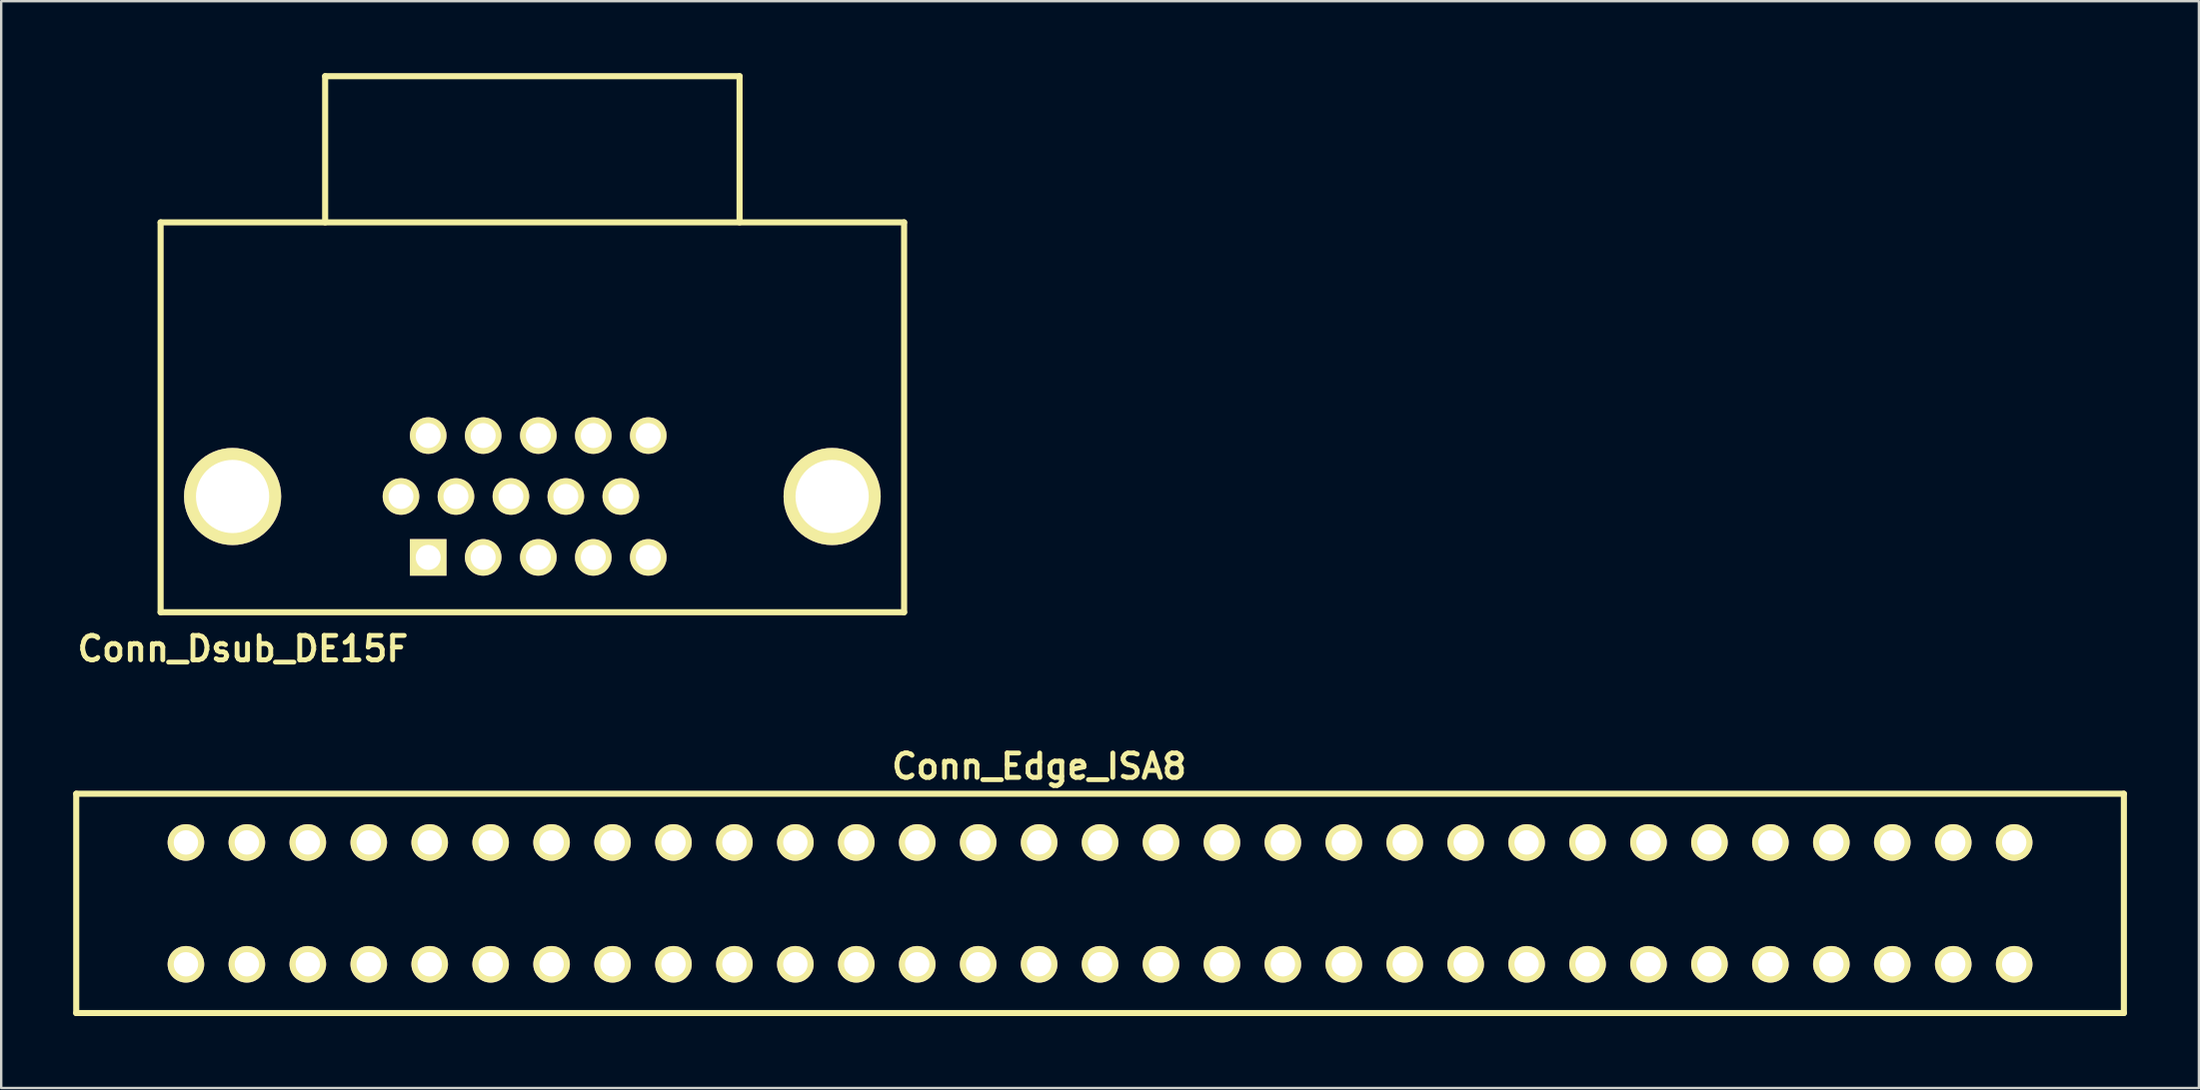
<source format=kicad_pcb>
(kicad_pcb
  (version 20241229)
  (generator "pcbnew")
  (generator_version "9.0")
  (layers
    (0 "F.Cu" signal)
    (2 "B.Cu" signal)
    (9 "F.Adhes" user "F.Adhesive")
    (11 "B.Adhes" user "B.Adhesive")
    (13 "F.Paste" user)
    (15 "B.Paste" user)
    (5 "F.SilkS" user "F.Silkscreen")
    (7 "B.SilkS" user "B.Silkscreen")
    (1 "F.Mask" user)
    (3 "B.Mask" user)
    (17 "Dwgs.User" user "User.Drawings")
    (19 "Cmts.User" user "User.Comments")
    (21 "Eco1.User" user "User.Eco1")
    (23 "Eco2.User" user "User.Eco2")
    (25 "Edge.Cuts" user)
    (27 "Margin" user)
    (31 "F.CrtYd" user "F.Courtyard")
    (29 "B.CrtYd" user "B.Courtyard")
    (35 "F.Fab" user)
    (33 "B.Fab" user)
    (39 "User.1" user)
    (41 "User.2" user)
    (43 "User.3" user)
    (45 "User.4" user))
  (footprint "Conn_Edge_ISA8"
    (layer "F.Cu")
    (at 42.799 34.62)
    (property "Reference" "Conn_Edge_ISA8" (at -2.54 -5.715 0) (layer "F.SilkS") (effects (font (size 1.016 1.016) (thickness 0.203))))
    (attr through_hole)
    (fp_line (start -42.672 -4.572) (end 42.672 -4.572) (stroke (width 0.254) (type solid)) (layer "F.SilkS"))
    (fp_line (start -42.672 4.572) (end -42.672 -4.572) (stroke (width 0.254) (type solid)) (layer "F.SilkS"))
    (fp_line (start 42.672 -4.572) (end 42.672 4.572) (stroke (width 0.254) (type solid)) (layer "F.SilkS"))
    (fp_line (start 42.672 4.572) (end -42.672 4.572) (stroke (width 0.254) (type solid)) (layer "F.SilkS"))
    (pad "1" thru_hole circle (at 38.1 -2.54 180) (size 1.524 1.524) (drill 1.016) (layers "*.Cu" "*.Mask" "F.SilkS"))
    (pad "2" thru_hole circle (at 35.56 -2.54 180) (size 1.524 1.524) (drill 1.016) (layers "*.Cu" "*.Mask" "F.SilkS"))
    (pad "3" thru_hole circle (at 33.02 -2.54 180) (size 1.524 1.524) (drill 1.016) (layers "*.Cu" "*.Mask" "F.SilkS"))
    (pad "4" thru_hole circle (at 30.48 -2.54 180) (size 1.524 1.524) (drill 1.016) (layers "*.Cu" "*.Mask" "F.SilkS"))
    (pad "5" thru_hole circle (at 27.94 -2.54 180) (size 1.524 1.524) (drill 1.016) (layers "*.Cu" "*.Mask" "F.SilkS"))
    (pad "6" thru_hole circle (at 25.4 -2.54 180) (size 1.524 1.524) (drill 1.016) (layers "*.Cu" "*.Mask" "F.SilkS"))
    (pad "7" thru_hole circle (at 22.86 -2.54 180) (size 1.524 1.524) (drill 1.016) (layers "*.Cu" "*.Mask" "F.SilkS"))
    (pad "8" thru_hole circle (at 20.32 -2.54 180) (size 1.524 1.524) (drill 1.016) (layers "*.Cu" "*.Mask" "F.SilkS"))
    (pad "9" thru_hole circle (at 17.78 -2.54 180) (size 1.524 1.524) (drill 1.016) (layers "*.Cu" "*.Mask" "F.SilkS"))
    (pad "10" thru_hole circle (at 15.24 -2.54 180) (size 1.524 1.524) (drill 1.016) (layers "*.Cu" "*.Mask" "F.SilkS"))
    (pad "11" thru_hole circle (at 12.7 -2.54 180) (size 1.524 1.524) (drill 1.016) (layers "*.Cu" "*.Mask" "F.SilkS"))
    (pad "12" thru_hole circle (at 10.16 -2.54 180) (size 1.524 1.524) (drill 1.016) (layers "*.Cu" "*.Mask" "F.SilkS"))
    (pad "13" thru_hole circle (at 7.62 -2.54 180) (size 1.524 1.524) (drill 1.016) (layers "*.Cu" "*.Mask" "F.SilkS"))
    (pad "14" thru_hole circle (at 5.08 -2.54 180) (size 1.524 1.524) (drill 1.016) (layers "*.Cu" "*.Mask" "F.SilkS"))
    (pad "15" thru_hole circle (at 2.54 -2.54 180) (size 1.524 1.524) (drill 1.016) (layers "*.Cu" "*.Mask" "F.SilkS"))
    (pad "16" thru_hole circle (at 0 -2.54 180) (size 1.524 1.524) (drill 1.016) (layers "*.Cu" "*.Mask" "F.SilkS"))
    (pad "17" thru_hole circle (at -2.54 -2.54 180) (size 1.524 1.524) (drill 1.016) (layers "*.Cu" "*.Mask" "F.SilkS"))
    (pad "18" thru_hole circle (at -5.08 -2.54 180) (size 1.524 1.524) (drill 1.016) (layers "*.Cu" "*.Mask" "F.SilkS"))
    (pad "19" thru_hole circle (at -7.62 -2.54 180) (size 1.524 1.524) (drill 1.016) (layers "*.Cu" "*.Mask" "F.SilkS"))
    (pad "20" thru_hole circle (at -10.16 -2.54 180) (size 1.524 1.524) (drill 1.016) (layers "*.Cu" "*.Mask" "F.SilkS"))
    (pad "21" thru_hole circle (at -12.7 -2.54 180) (size 1.524 1.524) (drill 1.016) (layers "*.Cu" "*.Mask" "F.SilkS"))
    (pad "22" thru_hole circle (at -15.24 -2.54 180) (size 1.524 1.524) (drill 1.016) (layers "*.Cu" "*.Mask" "F.SilkS"))
    (pad "23" thru_hole circle (at -17.78 -2.54 180) (size 1.524 1.524) (drill 1.016) (layers "*.Cu" "*.Mask" "F.SilkS"))
    (pad "24" thru_hole circle (at -20.32 -2.54 180) (size 1.524 1.524) (drill 1.016) (layers "*.Cu" "*.Mask" "F.SilkS"))
    (pad "25" thru_hole circle (at -22.86 -2.54 180) (size 1.524 1.524) (drill 1.016) (layers "*.Cu" "*.Mask" "F.SilkS"))
    (pad "26" thru_hole circle (at -25.4 -2.54 180) (size 1.524 1.524) (drill 1.016) (layers "*.Cu" "*.Mask" "F.SilkS"))
    (pad "27" thru_hole circle (at -27.94 -2.54 180) (size 1.524 1.524) (drill 1.016) (layers "*.Cu" "*.Mask" "F.SilkS"))
    (pad "28" thru_hole circle (at -30.48 -2.54 180) (size 1.524 1.524) (drill 1.016) (layers "*.Cu" "*.Mask" "F.SilkS"))
    (pad "29" thru_hole circle (at -33.02 -2.54 180) (size 1.524 1.524) (drill 1.016) (layers "*.Cu" "*.Mask" "F.SilkS"))
    (pad "30" thru_hole circle (at -35.56 -2.54 180) (size 1.524 1.524) (drill 1.016) (layers "*.Cu" "*.Mask" "F.SilkS"))
    (pad "31" thru_hole circle (at -38.1 -2.54 180) (size 1.524 1.524) (drill 1.016) (layers "*.Cu" "*.Mask" "F.SilkS"))
    (pad "32" thru_hole circle (at 38.1 2.54 180) (size 1.524 1.524) (drill 1.016) (layers "*.Cu" "*.Mask" "F.SilkS"))
    (pad "33" thru_hole circle (at 35.56 2.54 180) (size 1.524 1.524) (drill 1.016) (layers "*.Cu" "*.Mask" "F.SilkS"))
    (pad "34" thru_hole circle (at 33.02 2.54 180) (size 1.524 1.524) (drill 1.016) (layers "*.Cu" "*.Mask" "F.SilkS"))
    (pad "35" thru_hole circle (at 30.48 2.54 180) (size 1.524 1.524) (drill 1.016) (layers "*.Cu" "*.Mask" "F.SilkS"))
    (pad "36" thru_hole circle (at 27.94 2.54 180) (size 1.524 1.524) (drill 1.016) (layers "*.Cu" "*.Mask" "F.SilkS"))
    (pad "37" thru_hole circle (at 25.4 2.54 180) (size 1.524 1.524) (drill 1.016) (layers "*.Cu" "*.Mask" "F.SilkS"))
    (pad "38" thru_hole circle (at 22.86 2.54 180) (size 1.524 1.524) (drill 1.016) (layers "*.Cu" "*.Mask" "F.SilkS"))
    (pad "39" thru_hole circle (at 20.32 2.54 180) (size 1.524 1.524) (drill 1.016) (layers "*.Cu" "*.Mask" "F.SilkS"))
    (pad "40" thru_hole circle (at 17.78 2.54 180) (size 1.524 1.524) (drill 1.016) (layers "*.Cu" "*.Mask" "F.SilkS"))
    (pad "41" thru_hole circle (at 15.24 2.54 180) (size 1.524 1.524) (drill 1.016) (layers "*.Cu" "*.Mask" "F.SilkS"))
    (pad "42" thru_hole circle (at 12.7 2.54 180) (size 1.524 1.524) (drill 1.016) (layers "*.Cu" "*.Mask" "F.SilkS"))
    (pad "43" thru_hole circle (at 10.16 2.54 180) (size 1.524 1.524) (drill 1.016) (layers "*.Cu" "*.Mask" "F.SilkS"))
    (pad "44" thru_hole circle (at 7.62 2.54 180) (size 1.524 1.524) (drill 1.016) (layers "*.Cu" "*.Mask" "F.SilkS"))
    (pad "45" thru_hole circle (at 5.08 2.54 180) (size 1.524 1.524) (drill 1.016) (layers "*.Cu" "*.Mask" "F.SilkS"))
    (pad "46" thru_hole circle (at 2.54 2.54 180) (size 1.524 1.524) (drill 1.016) (layers "*.Cu" "*.Mask" "F.SilkS"))
    (pad "47" thru_hole circle (at 0 2.54 180) (size 1.524 1.524) (drill 1.016) (layers "*.Cu" "*.Mask" "F.SilkS"))
    (pad "48" thru_hole circle (at -2.54 2.54 180) (size 1.524 1.524) (drill 1.016) (layers "*.Cu" "*.Mask" "F.SilkS"))
    (pad "49" thru_hole circle (at -5.08 2.54 180) (size 1.524 1.524) (drill 1.016) (layers "*.Cu" "*.Mask" "F.SilkS"))
    (pad "50" thru_hole circle (at -7.62 2.54 180) (size 1.524 1.524) (drill 1.016) (layers "*.Cu" "*.Mask" "F.SilkS"))
    (pad "51" thru_hole circle (at -10.16 2.54 180) (size 1.524 1.524) (drill 1.016) (layers "*.Cu" "*.Mask" "F.SilkS"))
    (pad "52" thru_hole circle (at -12.7 2.54 180) (size 1.524 1.524) (drill 1.016) (layers "*.Cu" "*.Mask" "F.SilkS"))
    (pad "53" thru_hole circle (at -15.24 2.54 180) (size 1.524 1.524) (drill 1.016) (layers "*.Cu" "*.Mask" "F.SilkS"))
    (pad "54" thru_hole circle (at -17.78 2.54 180) (size 1.524 1.524) (drill 1.016) (layers "*.Cu" "*.Mask" "F.SilkS"))
    (pad "55" thru_hole circle (at -20.32 2.54 180) (size 1.524 1.524) (drill 1.016) (layers "*.Cu" "*.Mask" "F.SilkS"))
    (pad "56" thru_hole circle (at -22.86 2.54 180) (size 1.524 1.524) (drill 1.016) (layers "*.Cu" "*.Mask" "F.SilkS"))
    (pad "57" thru_hole circle (at -25.4 2.54 180) (size 1.524 1.524) (drill 1.016) (layers "*.Cu" "*.Mask" "F.SilkS"))
    (pad "58" thru_hole circle (at -27.94 2.54 180) (size 1.524 1.524) (drill 1.016) (layers "*.Cu" "*.Mask" "F.SilkS"))
    (pad "59" thru_hole circle (at -30.48 2.54 180) (size 1.524 1.524) (drill 1.016) (layers "*.Cu" "*.Mask" "F.SilkS"))
    (pad "60" thru_hole circle (at -33.02 2.54 180) (size 1.524 1.524) (drill 1.016) (layers "*.Cu" "*.Mask" "F.SilkS"))
    (pad "61" thru_hole circle (at -35.56 2.54 180) (size 1.524 1.524) (drill 1.016) (layers "*.Cu" "*.Mask" "F.SilkS"))
    (pad "62" thru_hole circle (at -38.1 2.54 180) (size 1.524 1.524) (drill 1.016) (layers "*.Cu" "*.Mask" "F.SilkS")))
  (footprint "Conn_Dsub_DE15F"
    (layer "F.Cu")
    (at 19.138 17.653)
    (property "Reference" "Conn_Dsub_DE15F" (at -12.065 6.35 0) (layer "F.SilkS") (effects (font (size 1.016 1.016) (thickness 0.203))))
    (attr through_hole)
    (fp_line (start -15.494 -11.43) (end 15.494 -11.43) (stroke (width 0.254) (type solid)) (layer "F.SilkS"))
    (fp_line (start -15.494 4.826) (end -15.494 -11.43) (stroke (width 0.254) (type solid)) (layer "F.SilkS"))
    (fp_line (start -15.494 4.826) (end 15.494 4.826) (stroke (width 0.254) (type solid)) (layer "F.SilkS"))
    (fp_line (start -8.636 -17.526) (end 8.636 -17.526) (stroke (width 0.254) (type solid)) (layer "F.SilkS"))
    (fp_line (start -8.636 -11.43) (end -8.636 -17.526) (stroke (width 0.254) (type solid)) (layer "F.SilkS"))
    (fp_line (start 8.636 -17.526) (end 8.636 -11.43) (stroke (width 0.254) (type solid)) (layer "F.SilkS"))
    (fp_line (start 15.494 4.826) (end 15.494 -11.43) (stroke (width 0.254) (type solid)) (layer "F.SilkS"))
    (pad "" thru_hole circle (at -12.494 0) (size 4.049 4.049) (drill 3.051) (layers "*.Cu" "*.Mask" "F.SilkS"))
    (pad "" thru_hole circle (at 12.494 0) (size 4.049 4.049) (drill 3.051) (layers "*.Cu" "*.Mask" "F.SilkS"))
    (pad "1" thru_hole rect (at -4.341 2.54 180) (size 1.524 1.524) (drill 1.041) (layers "*.Cu" "*.Mask" "F.SilkS"))
    (pad "2" thru_hole circle (at -2.05 2.54 180) (size 1.524 1.524) (drill 1.041) (layers "*.Cu" "*.Mask" "F.SilkS"))
    (pad "3" thru_hole circle (at 0.249 2.54 180) (size 1.524 1.524) (drill 1.041) (layers "*.Cu" "*.Mask" "F.SilkS"))
    (pad "4" thru_hole circle (at 2.54 2.54 180) (size 1.524 1.524) (drill 1.041) (layers "*.Cu" "*.Mask" "F.SilkS"))
    (pad "5" thru_hole circle (at 4.831 2.54 180) (size 1.524 1.524) (drill 1.041) (layers "*.Cu" "*.Mask" "F.SilkS"))
    (pad "6" thru_hole circle (at -5.476 0 180) (size 1.524 1.524) (drill 1.041) (layers "*.Cu" "*.Mask" "F.SilkS"))
    (pad "7" thru_hole circle (at -3.185 0 180) (size 1.524 1.524) (drill 1.041) (layers "*.Cu" "*.Mask" "F.SilkS"))
    (pad "8" thru_hole circle (at -0.894 0 180) (size 1.524 1.524) (drill 1.041) (layers "*.Cu" "*.Mask" "F.SilkS"))
    (pad "9" thru_hole circle (at 1.394 0 180) (size 1.524 1.524) (drill 1.041) (layers "*.Cu" "*.Mask" "F.SilkS"))
    (pad "10" thru_hole circle (at 3.686 0 180) (size 1.524 1.524) (drill 1.041) (layers "*.Cu" "*.Mask" "F.SilkS"))
    (pad "11" thru_hole circle (at -4.341 -2.54 180) (size 1.524 1.524) (drill 1.041) (layers "*.Cu" "*.Mask" "F.SilkS"))
    (pad "12" thru_hole circle (at -2.05 -2.54 180) (size 1.524 1.524) (drill 1.041) (layers "*.Cu" "*.Mask" "F.SilkS"))
    (pad "13" thru_hole circle (at 0.249 -2.54 180) (size 1.524 1.524) (drill 1.041) (layers "*.Cu" "*.Mask" "F.SilkS"))
    (pad "14" thru_hole circle (at 2.54 -2.54 180) (size 1.524 1.524) (drill 1.041) (layers "*.Cu" "*.Mask" "F.SilkS"))
    (pad "15" thru_hole circle (at 4.831 -2.54 180) (size 1.524 1.524) (drill 1.041) (layers "*.Cu" "*.Mask" "F.SilkS")))
  (gr_rect
    (start -3 -3)
    (end 88.598 42.319)
    (stroke (width 0.1) (type default))
    (fill no)
    (layer "Edge.Cuts")))
</source>
